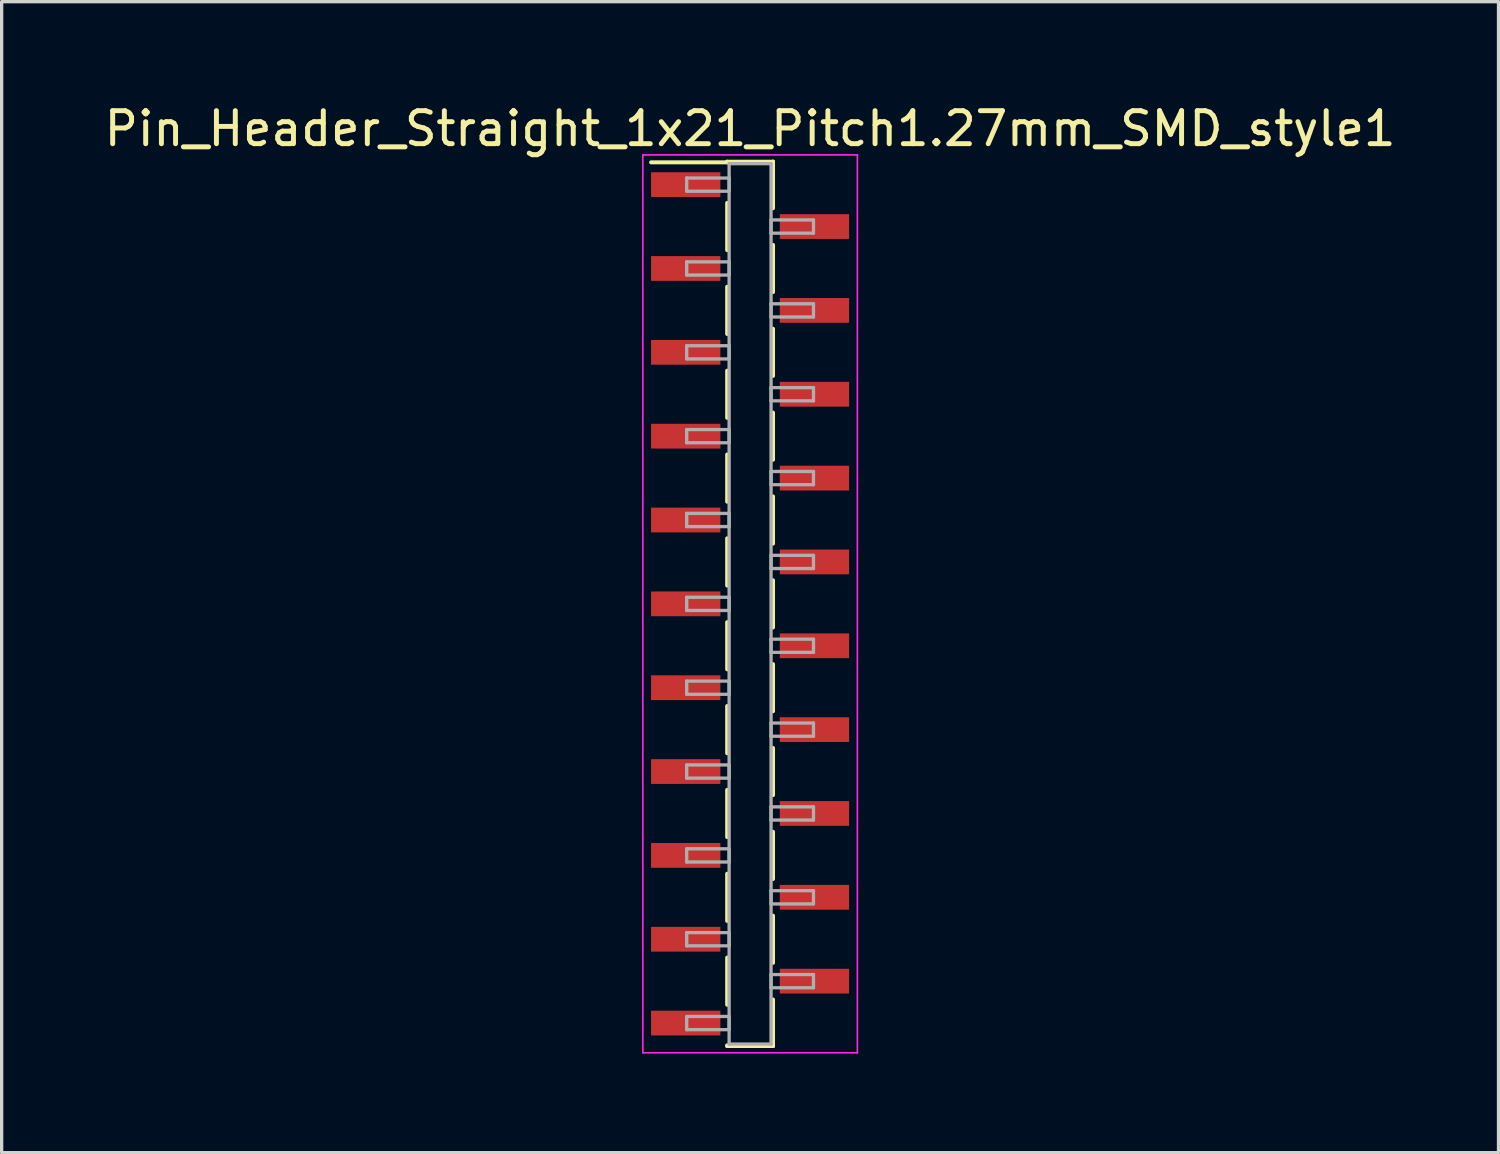
<source format=kicad_pcb>
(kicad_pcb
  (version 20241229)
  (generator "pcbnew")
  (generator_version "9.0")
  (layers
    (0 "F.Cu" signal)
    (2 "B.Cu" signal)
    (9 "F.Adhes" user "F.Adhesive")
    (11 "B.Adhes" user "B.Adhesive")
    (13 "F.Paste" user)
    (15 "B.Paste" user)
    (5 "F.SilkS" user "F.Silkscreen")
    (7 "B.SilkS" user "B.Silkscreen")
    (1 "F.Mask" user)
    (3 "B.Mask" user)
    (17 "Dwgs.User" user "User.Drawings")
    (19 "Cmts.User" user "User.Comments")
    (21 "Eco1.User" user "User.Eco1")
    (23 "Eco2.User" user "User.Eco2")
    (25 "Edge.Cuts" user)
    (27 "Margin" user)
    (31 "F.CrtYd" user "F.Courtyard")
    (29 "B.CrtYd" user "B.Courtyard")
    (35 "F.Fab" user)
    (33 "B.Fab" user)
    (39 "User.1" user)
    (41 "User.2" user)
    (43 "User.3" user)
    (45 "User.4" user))
  (footprint "Pin_Header_Straight_1x21_Pitch1.27mm_SMD_style1"
    (layer "F.Cu")
    (at 19.673 15.243)
    (property "Reference" "Pin_Header_Straight_1x21_Pitch1.27mm_SMD_style1" (at 0 -14.395 0) (layer "F.SilkS") (effects (font (size 1 1) (thickness 0.15))))
    (attr smd)
    (fp_line (start -0.695 -13.395) (end 0.695 -13.395) (stroke (width 0.12) (type solid)) (layer "F.SilkS"))
    (fp_line (start -0.695 -13.375) (end -3 -13.375) (stroke (width 0.12) (type solid)) (layer "F.SilkS"))
    (fp_line (start -0.695 -13.375) (end -0.695 -13.395) (stroke (width 0.12) (type solid)) (layer "F.SilkS"))
    (fp_line (start -0.695 -12.145) (end -0.695 -10.715) (stroke (width 0.12) (type solid)) (layer "F.SilkS"))
    (fp_line (start -0.695 -9.605) (end -0.695 -8.175) (stroke (width 0.12) (type solid)) (layer "F.SilkS"))
    (fp_line (start -0.695 -7.065) (end -0.695 -5.635) (stroke (width 0.12) (type solid)) (layer "F.SilkS"))
    (fp_line (start -0.695 -4.525) (end -0.695 -3.095) (stroke (width 0.12) (type solid)) (layer "F.SilkS"))
    (fp_line (start -0.695 -1.985) (end -0.695 -0.555) (stroke (width 0.12) (type solid)) (layer "F.SilkS"))
    (fp_line (start -0.695 0.555) (end -0.695 1.985) (stroke (width 0.12) (type solid)) (layer "F.SilkS"))
    (fp_line (start -0.695 3.095) (end -0.695 4.525) (stroke (width 0.12) (type solid)) (layer "F.SilkS"))
    (fp_line (start -0.695 5.635) (end -0.695 7.065) (stroke (width 0.12) (type solid)) (layer "F.SilkS"))
    (fp_line (start -0.695 8.175) (end -0.695 9.605) (stroke (width 0.12) (type solid)) (layer "F.SilkS"))
    (fp_line (start -0.695 10.715) (end -0.695 12.145) (stroke (width 0.12) (type solid)) (layer "F.SilkS"))
    (fp_line (start -0.695 13.375) (end -0.695 13.395) (stroke (width 0.12) (type solid)) (layer "F.SilkS"))
    (fp_line (start -0.695 13.395) (end 0.695 13.395) (stroke (width 0.12) (type solid)) (layer "F.SilkS"))
    (fp_line (start 0.695 -13.395) (end 0.695 -13.375) (stroke (width 0.12) (type solid)) (layer "F.SilkS"))
    (fp_line (start 0.695 -13.395) (end 0.695 -11.985) (stroke (width 0.12) (type solid)) (layer "F.SilkS"))
    (fp_line (start 0.695 -10.875) (end 0.695 -9.445) (stroke (width 0.12) (type solid)) (layer "F.SilkS"))
    (fp_line (start 0.695 -8.335) (end 0.695 -6.905) (stroke (width 0.12) (type solid)) (layer "F.SilkS"))
    (fp_line (start 0.695 -5.795) (end 0.695 -4.365) (stroke (width 0.12) (type solid)) (layer "F.SilkS"))
    (fp_line (start 0.695 -3.255) (end 0.695 -1.825) (stroke (width 0.12) (type solid)) (layer "F.SilkS"))
    (fp_line (start 0.695 -0.715) (end 0.695 0.715) (stroke (width 0.12) (type solid)) (layer "F.SilkS"))
    (fp_line (start 0.695 1.825) (end 0.695 3.255) (stroke (width 0.12) (type solid)) (layer "F.SilkS"))
    (fp_line (start 0.695 4.365) (end 0.695 5.795) (stroke (width 0.12) (type solid)) (layer "F.SilkS"))
    (fp_line (start 0.695 6.905) (end 0.695 8.335) (stroke (width 0.12) (type solid)) (layer "F.SilkS"))
    (fp_line (start 0.695 9.445) (end 0.695 10.875) (stroke (width 0.12) (type solid)) (layer "F.SilkS"))
    (fp_line (start 0.695 11.985) (end 0.695 13.395) (stroke (width 0.12) (type solid)) (layer "F.SilkS"))
    (fp_line (start 0.695 13.395) (end 0.695 13.375) (stroke (width 0.12) (type solid)) (layer "F.SilkS"))
    (fp_line (start -3.25 -13.6) (end -3.25 13.6) (stroke (width 0.05) (type solid)) (layer "F.CrtYd"))
    (fp_line (start -3.25 13.6) (end 3.25 13.6) (stroke (width 0.05) (type solid)) (layer "F.CrtYd"))
    (fp_line (start 3.25 -13.6) (end -3.25 -13.6) (stroke (width 0.05) (type solid)) (layer "F.CrtYd"))
    (fp_line (start 3.25 13.6) (end 3.25 -13.6) (stroke (width 0.05) (type solid)) (layer "F.CrtYd"))
    (fp_line (start -1.92 -12.9) (end -0.635 -12.9) (stroke (width 0.1) (type solid)) (layer "F.Fab"))
    (fp_line (start -1.92 -12.5) (end -1.92 -12.9) (stroke (width 0.1) (type solid)) (layer "F.Fab"))
    (fp_line (start -1.92 -10.36) (end -0.635 -10.36) (stroke (width 0.1) (type solid)) (layer "F.Fab"))
    (fp_line (start -1.92 -9.96) (end -1.92 -10.36) (stroke (width 0.1) (type solid)) (layer "F.Fab"))
    (fp_line (start -1.92 -7.82) (end -0.635 -7.82) (stroke (width 0.1) (type solid)) (layer "F.Fab"))
    (fp_line (start -1.92 -7.42) (end -1.92 -7.82) (stroke (width 0.1) (type solid)) (layer "F.Fab"))
    (fp_line (start -1.92 -5.28) (end -0.635 -5.28) (stroke (width 0.1) (type solid)) (layer "F.Fab"))
    (fp_line (start -1.92 -4.88) (end -1.92 -5.28) (stroke (width 0.1) (type solid)) (layer "F.Fab"))
    (fp_line (start -1.92 -2.74) (end -0.635 -2.74) (stroke (width 0.1) (type solid)) (layer "F.Fab"))
    (fp_line (start -1.92 -2.34) (end -1.92 -2.74) (stroke (width 0.1) (type solid)) (layer "F.Fab"))
    (fp_line (start -1.92 -0.2) (end -0.635 -0.2) (stroke (width 0.1) (type solid)) (layer "F.Fab"))
    (fp_line (start -1.92 0.2) (end -1.92 -0.2) (stroke (width 0.1) (type solid)) (layer "F.Fab"))
    (fp_line (start -1.92 2.34) (end -0.635 2.34) (stroke (width 0.1) (type solid)) (layer "F.Fab"))
    (fp_line (start -1.92 2.74) (end -1.92 2.34) (stroke (width 0.1) (type solid)) (layer "F.Fab"))
    (fp_line (start -1.92 4.88) (end -0.635 4.88) (stroke (width 0.1) (type solid)) (layer "F.Fab"))
    (fp_line (start -1.92 5.28) (end -1.92 4.88) (stroke (width 0.1) (type solid)) (layer "F.Fab"))
    (fp_line (start -1.92 7.42) (end -0.635 7.42) (stroke (width 0.1) (type solid)) (layer "F.Fab"))
    (fp_line (start -1.92 7.82) (end -1.92 7.42) (stroke (width 0.1) (type solid)) (layer "F.Fab"))
    (fp_line (start -1.92 9.96) (end -0.635 9.96) (stroke (width 0.1) (type solid)) (layer "F.Fab"))
    (fp_line (start -1.92 10.36) (end -1.92 9.96) (stroke (width 0.1) (type solid)) (layer "F.Fab"))
    (fp_line (start -1.92 12.5) (end -0.635 12.5) (stroke (width 0.1) (type solid)) (layer "F.Fab"))
    (fp_line (start -1.92 12.9) (end -1.92 12.5) (stroke (width 0.1) (type solid)) (layer "F.Fab"))
    (fp_line (start -0.635 -13.335) (end -0.635 13.335) (stroke (width 0.1) (type solid)) (layer "F.Fab"))
    (fp_line (start -0.635 -12.9) (end -0.635 -12.5) (stroke (width 0.1) (type solid)) (layer "F.Fab"))
    (fp_line (start -0.635 -12.5) (end -1.92 -12.5) (stroke (width 0.1) (type solid)) (layer "F.Fab"))
    (fp_line (start -0.635 -10.36) (end -0.635 -9.96) (stroke (width 0.1) (type solid)) (layer "F.Fab"))
    (fp_line (start -0.635 -9.96) (end -1.92 -9.96) (stroke (width 0.1) (type solid)) (layer "F.Fab"))
    (fp_line (start -0.635 -7.82) (end -0.635 -7.42) (stroke (width 0.1) (type solid)) (layer "F.Fab"))
    (fp_line (start -0.635 -7.42) (end -1.92 -7.42) (stroke (width 0.1) (type solid)) (layer "F.Fab"))
    (fp_line (start -0.635 -5.28) (end -0.635 -4.88) (stroke (width 0.1) (type solid)) (layer "F.Fab"))
    (fp_line (start -0.635 -4.88) (end -1.92 -4.88) (stroke (width 0.1) (type solid)) (layer "F.Fab"))
    (fp_line (start -0.635 -2.74) (end -0.635 -2.34) (stroke (width 0.1) (type solid)) (layer "F.Fab"))
    (fp_line (start -0.635 -2.34) (end -1.92 -2.34) (stroke (width 0.1) (type solid)) (layer "F.Fab"))
    (fp_line (start -0.635 -0.2) (end -0.635 0.2) (stroke (width 0.1) (type solid)) (layer "F.Fab"))
    (fp_line (start -0.635 0.2) (end -1.92 0.2) (stroke (width 0.1) (type solid)) (layer "F.Fab"))
    (fp_line (start -0.635 2.34) (end -0.635 2.74) (stroke (width 0.1) (type solid)) (layer "F.Fab"))
    (fp_line (start -0.635 2.74) (end -1.92 2.74) (stroke (width 0.1) (type solid)) (layer "F.Fab"))
    (fp_line (start -0.635 4.88) (end -0.635 5.28) (stroke (width 0.1) (type solid)) (layer "F.Fab"))
    (fp_line (start -0.635 5.28) (end -1.92 5.28) (stroke (width 0.1) (type solid)) (layer "F.Fab"))
    (fp_line (start -0.635 7.42) (end -0.635 7.82) (stroke (width 0.1) (type solid)) (layer "F.Fab"))
    (fp_line (start -0.635 7.82) (end -1.92 7.82) (stroke (width 0.1) (type solid)) (layer "F.Fab"))
    (fp_line (start -0.635 9.96) (end -0.635 10.36) (stroke (width 0.1) (type solid)) (layer "F.Fab"))
    (fp_line (start -0.635 10.36) (end -1.92 10.36) (stroke (width 0.1) (type solid)) (layer "F.Fab"))
    (fp_line (start -0.635 12.5) (end -0.635 12.9) (stroke (width 0.1) (type solid)) (layer "F.Fab"))
    (fp_line (start -0.635 12.9) (end -1.92 12.9) (stroke (width 0.1) (type solid)) (layer "F.Fab"))
    (fp_line (start -0.635 13.335) (end 0.635 13.335) (stroke (width 0.1) (type solid)) (layer "F.Fab"))
    (fp_line (start 0.635 -13.335) (end -0.635 -13.335) (stroke (width 0.1) (type solid)) (layer "F.Fab"))
    (fp_line (start 0.635 -11.63) (end 0.635 -11.23) (stroke (width 0.1) (type solid)) (layer "F.Fab"))
    (fp_line (start 0.635 -11.23) (end 1.92 -11.23) (stroke (width 0.1) (type solid)) (layer "F.Fab"))
    (fp_line (start 0.635 -9.09) (end 0.635 -8.69) (stroke (width 0.1) (type solid)) (layer "F.Fab"))
    (fp_line (start 0.635 -8.69) (end 1.92 -8.69) (stroke (width 0.1) (type solid)) (layer "F.Fab"))
    (fp_line (start 0.635 -6.55) (end 0.635 -6.15) (stroke (width 0.1) (type solid)) (layer "F.Fab"))
    (fp_line (start 0.635 -6.15) (end 1.92 -6.15) (stroke (width 0.1) (type solid)) (layer "F.Fab"))
    (fp_line (start 0.635 -4.01) (end 0.635 -3.61) (stroke (width 0.1) (type solid)) (layer "F.Fab"))
    (fp_line (start 0.635 -3.61) (end 1.92 -3.61) (stroke (width 0.1) (type solid)) (layer "F.Fab"))
    (fp_line (start 0.635 -1.47) (end 0.635 -1.07) (stroke (width 0.1) (type solid)) (layer "F.Fab"))
    (fp_line (start 0.635 -1.07) (end 1.92 -1.07) (stroke (width 0.1) (type solid)) (layer "F.Fab"))
    (fp_line (start 0.635 1.07) (end 0.635 1.47) (stroke (width 0.1) (type solid)) (layer "F.Fab"))
    (fp_line (start 0.635 1.47) (end 1.92 1.47) (stroke (width 0.1) (type solid)) (layer "F.Fab"))
    (fp_line (start 0.635 3.61) (end 0.635 4.01) (stroke (width 0.1) (type solid)) (layer "F.Fab"))
    (fp_line (start 0.635 4.01) (end 1.92 4.01) (stroke (width 0.1) (type solid)) (layer "F.Fab"))
    (fp_line (start 0.635 6.15) (end 0.635 6.55) (stroke (width 0.1) (type solid)) (layer "F.Fab"))
    (fp_line (start 0.635 6.55) (end 1.92 6.55) (stroke (width 0.1) (type solid)) (layer "F.Fab"))
    (fp_line (start 0.635 8.69) (end 0.635 9.09) (stroke (width 0.1) (type solid)) (layer "F.Fab"))
    (fp_line (start 0.635 9.09) (end 1.92 9.09) (stroke (width 0.1) (type solid)) (layer "F.Fab"))
    (fp_line (start 0.635 11.23) (end 0.635 11.63) (stroke (width 0.1) (type solid)) (layer "F.Fab"))
    (fp_line (start 0.635 11.63) (end 1.92 11.63) (stroke (width 0.1) (type solid)) (layer "F.Fab"))
    (fp_line (start 0.635 13.335) (end 0.635 -13.335) (stroke (width 0.1) (type solid)) (layer "F.Fab"))
    (fp_line (start 1.92 -11.63) (end 0.635 -11.63) (stroke (width 0.1) (type solid)) (layer "F.Fab"))
    (fp_line (start 1.92 -11.23) (end 1.92 -11.63) (stroke (width 0.1) (type solid)) (layer "F.Fab"))
    (fp_line (start 1.92 -9.09) (end 0.635 -9.09) (stroke (width 0.1) (type solid)) (layer "F.Fab"))
    (fp_line (start 1.92 -8.69) (end 1.92 -9.09) (stroke (width 0.1) (type solid)) (layer "F.Fab"))
    (fp_line (start 1.92 -6.55) (end 0.635 -6.55) (stroke (width 0.1) (type solid)) (layer "F.Fab"))
    (fp_line (start 1.92 -6.15) (end 1.92 -6.55) (stroke (width 0.1) (type solid)) (layer "F.Fab"))
    (fp_line (start 1.92 -4.01) (end 0.635 -4.01) (stroke (width 0.1) (type solid)) (layer "F.Fab"))
    (fp_line (start 1.92 -3.61) (end 1.92 -4.01) (stroke (width 0.1) (type solid)) (layer "F.Fab"))
    (fp_line (start 1.92 -1.47) (end 0.635 -1.47) (stroke (width 0.1) (type solid)) (layer "F.Fab"))
    (fp_line (start 1.92 -1.07) (end 1.92 -1.47) (stroke (width 0.1) (type solid)) (layer "F.Fab"))
    (fp_line (start 1.92 1.07) (end 0.635 1.07) (stroke (width 0.1) (type solid)) (layer "F.Fab"))
    (fp_line (start 1.92 1.47) (end 1.92 1.07) (stroke (width 0.1) (type solid)) (layer "F.Fab"))
    (fp_line (start 1.92 3.61) (end 0.635 3.61) (stroke (width 0.1) (type solid)) (layer "F.Fab"))
    (fp_line (start 1.92 4.01) (end 1.92 3.61) (stroke (width 0.1) (type solid)) (layer "F.Fab"))
    (fp_line (start 1.92 6.15) (end 0.635 6.15) (stroke (width 0.1) (type solid)) (layer "F.Fab"))
    (fp_line (start 1.92 6.55) (end 1.92 6.15) (stroke (width 0.1) (type solid)) (layer "F.Fab"))
    (fp_line (start 1.92 8.69) (end 0.635 8.69) (stroke (width 0.1) (type solid)) (layer "F.Fab"))
    (fp_line (start 1.92 9.09) (end 1.92 8.69) (stroke (width 0.1) (type solid)) (layer "F.Fab"))
    (fp_line (start 1.92 11.23) (end 0.635 11.23) (stroke (width 0.1) (type solid)) (layer "F.Fab"))
    (fp_line (start 1.92 11.63) (end 1.92 11.23) (stroke (width 0.1) (type solid)) (layer "F.Fab"))
    (pad "1" smd rect (at -1.95 -12.7) (size 2.1 0.75) (layers "F.Cu" "F.Mask"))
    (pad "2" smd rect (at 1.95 -11.43) (size 2.1 0.75) (layers "F.Cu" "F.Mask"))
    (pad "3" smd rect (at -1.95 -10.16) (size 2.1 0.75) (layers "F.Cu" "F.Mask"))
    (pad "4" smd rect (at 1.95 -8.89) (size 2.1 0.75) (layers "F.Cu" "F.Mask"))
    (pad "5" smd rect (at -1.95 -7.62) (size 2.1 0.75) (layers "F.Cu" "F.Mask"))
    (pad "6" smd rect (at 1.95 -6.35) (size 2.1 0.75) (layers "F.Cu" "F.Mask"))
    (pad "7" smd rect (at -1.95 -5.08) (size 2.1 0.75) (layers "F.Cu" "F.Mask"))
    (pad "8" smd rect (at 1.95 -3.81) (size 2.1 0.75) (layers "F.Cu" "F.Mask"))
    (pad "9" smd rect (at -1.95 -2.54) (size 2.1 0.75) (layers "F.Cu" "F.Mask"))
    (pad "10" smd rect (at 1.95 -1.27) (size 2.1 0.75) (layers "F.Cu" "F.Mask"))
    (pad "11" smd rect (at -1.95 0) (size 2.1 0.75) (layers "F.Cu" "F.Mask"))
    (pad "12" smd rect (at 1.95 1.27) (size 2.1 0.75) (layers "F.Cu" "F.Mask"))
    (pad "13" smd rect (at -1.95 2.54) (size 2.1 0.75) (layers "F.Cu" "F.Mask"))
    (pad "14" smd rect (at 1.95 3.81) (size 2.1 0.75) (layers "F.Cu" "F.Mask"))
    (pad "15" smd rect (at -1.95 5.08) (size 2.1 0.75) (layers "F.Cu" "F.Mask"))
    (pad "16" smd rect (at 1.95 6.35) (size 2.1 0.75) (layers "F.Cu" "F.Mask"))
    (pad "17" smd rect (at -1.95 7.62) (size 2.1 0.75) (layers "F.Cu" "F.Mask"))
    (pad "18" smd rect (at 1.95 8.89) (size 2.1 0.75) (layers "F.Cu" "F.Mask"))
    (pad "19" smd rect (at -1.95 10.16) (size 2.1 0.75) (layers "F.Cu" "F.Mask"))
    (pad "20" smd rect (at 1.95 11.43) (size 2.1 0.75) (layers "F.Cu" "F.Mask"))
    (pad "21" smd rect (at -1.95 12.7) (size 2.1 0.75) (layers "F.Cu" "F.Mask")))
  (gr_rect
    (start -3 -3)
    (end 42.345 31.868)
    (stroke (width 0.1) (type default))
    (fill no)
    (layer "Edge.Cuts")))
</source>
